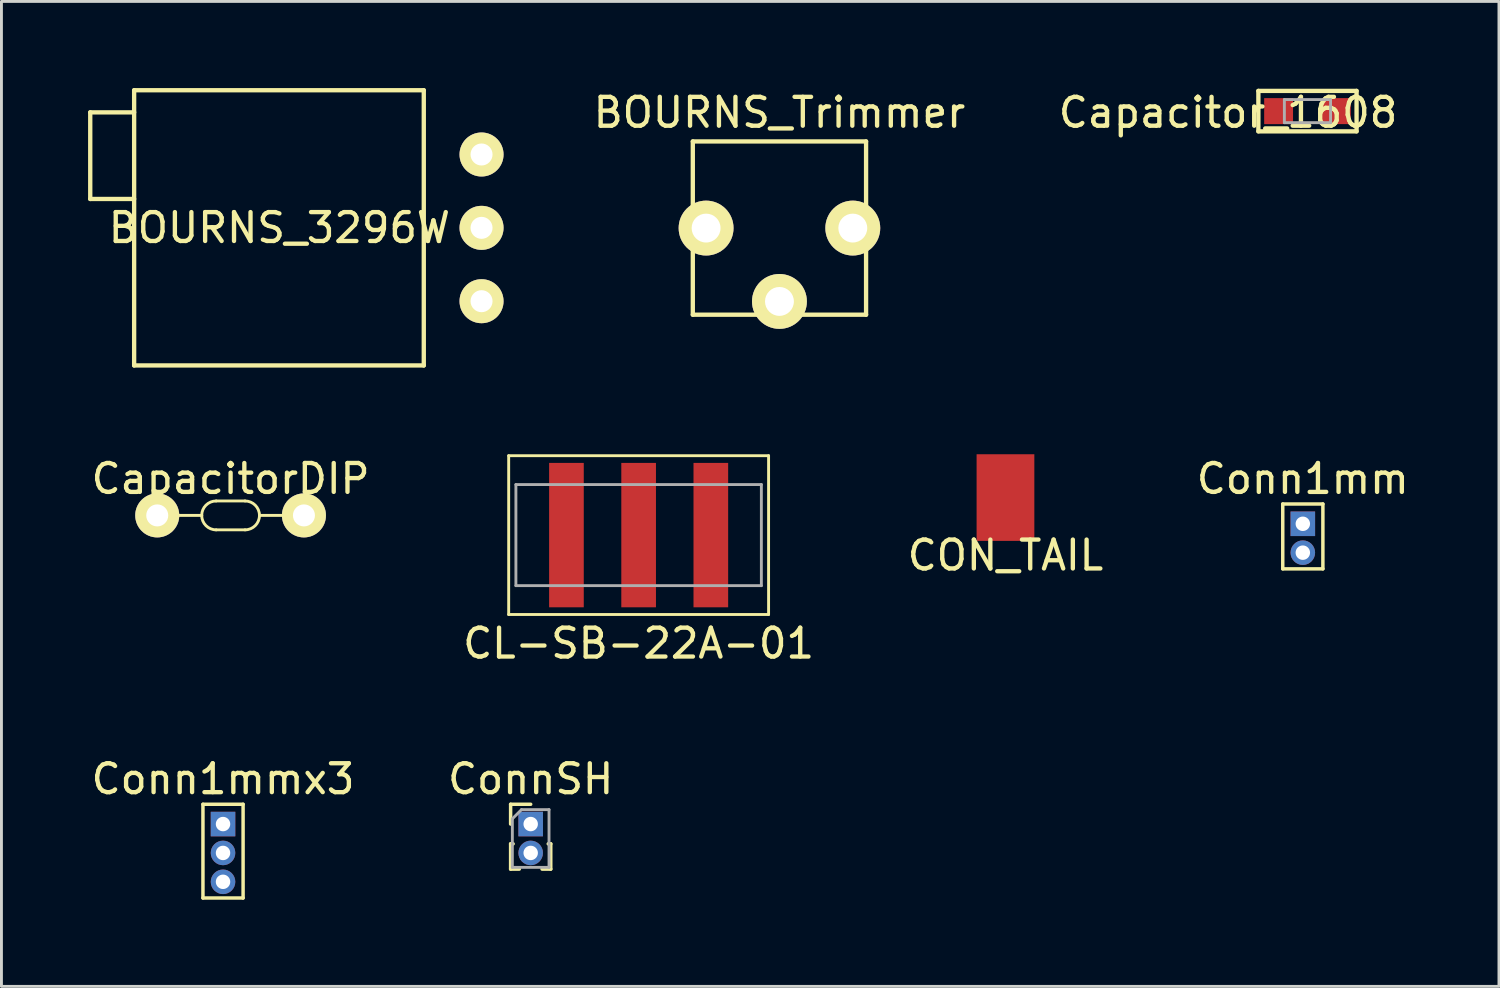
<source format=kicad_pcb>
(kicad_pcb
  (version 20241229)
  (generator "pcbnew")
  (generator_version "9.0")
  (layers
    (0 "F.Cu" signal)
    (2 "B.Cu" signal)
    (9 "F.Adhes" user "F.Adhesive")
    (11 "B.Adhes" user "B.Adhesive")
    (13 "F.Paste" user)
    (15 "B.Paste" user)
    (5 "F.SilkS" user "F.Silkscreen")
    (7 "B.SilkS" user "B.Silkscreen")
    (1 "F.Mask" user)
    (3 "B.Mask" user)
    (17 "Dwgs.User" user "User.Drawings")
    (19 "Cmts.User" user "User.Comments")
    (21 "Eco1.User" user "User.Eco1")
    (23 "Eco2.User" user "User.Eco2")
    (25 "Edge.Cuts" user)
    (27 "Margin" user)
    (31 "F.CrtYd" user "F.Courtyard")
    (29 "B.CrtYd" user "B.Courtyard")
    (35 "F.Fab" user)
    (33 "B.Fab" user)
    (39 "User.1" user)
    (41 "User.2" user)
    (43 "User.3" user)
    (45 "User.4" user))
  (footprint "Conn1mm"
    (layer "F.Cu")
    (at 42.065 15.088)
    (property "Reference" "Conn1mm" (at 0 -1.56 0) (layer "F.SilkS") (effects (font (size 1 1) (thickness 0.15))))
    (attr through_hole)
    (fp_line (start -0.695 -0.685) (end -0.695 1.56) (stroke (width 0.12) (type solid)) (layer "F.SilkS"))
    (fp_line (start -0.695 -0.685) (end 0.695 -0.685) (stroke (width 0.12) (type solid)) (layer "F.SilkS"))
    (fp_line (start -0.695 1.56) (end 0.695 1.56) (stroke (width 0.12) (type solid)) (layer "F.SilkS"))
    (fp_line (start 0.695 -0.685) (end 0.695 1.56) (stroke (width 0.12) (type solid)) (layer "F.SilkS"))
    (pad "1" thru_hole rect (at 0 0) (size 0.85 0.85) (drill 0.5) (layers "*.Cu" "*.Mask"))
    (pad "2" thru_hole oval (at 0 1) (size 0.85 0.85) (drill 0.5) (layers "*.Cu" "*.Mask")))
  (footprint "Conn1mmx3"
    (layer "F.Cu")
    (at 4.673 25.486)
    (property "Reference" "Conn1mmx3" (at 0 -1.56 0) (layer "F.SilkS") (effects (font (size 1 1) (thickness 0.15))))
    (attr through_hole)
    (fp_line (start -0.695 -0.685) (end -0.695 2.56) (stroke (width 0.12) (type solid)) (layer "F.SilkS"))
    (fp_line (start -0.695 -0.685) (end 0.695 -0.685) (stroke (width 0.12) (type solid)) (layer "F.SilkS"))
    (fp_line (start -0.695 2.56) (end 0.695 2.56) (stroke (width 0.12) (type solid)) (layer "F.SilkS"))
    (fp_line (start 0.695 -0.685) (end 0.695 2.56) (stroke (width 0.12) (type solid)) (layer "F.SilkS"))
    (pad "1" thru_hole rect (at 0 0) (size 0.85 0.85) (drill 0.5) (layers "*.Cu" "*.Mask"))
    (pad "2" thru_hole oval (at 0 1) (size 0.85 0.85) (drill 0.5) (layers "*.Cu" "*.Mask"))
    (pad "3" thru_hole oval (at 0 2) (size 0.85 0.85) (drill 0.5) (layers "*.Cu" "*.Mask")))
  (footprint "CON_TAIL"
    (layer "F.Cu")
    (at 31.768 14.18)
    (property "Reference" "CON_TAIL" (at 0 2 0) (layer "F.SilkS") (effects (font (size 1 1) (thickness 0.15))))
    (attr through_hole)
    (pad "1" smd rect (at 0 0) (size 2 3) (layers "F.Cu" "F.Mask" "F.Paste")))
  (footprint "BOURNS_3296W"
    (layer "F.Cu")
    (at 13.625 4.84)
    (property "Reference" "BOURNS_3296W" (at -7 0 0) (layer "F.SilkS") (effects (font (size 1 1) (thickness 0.15))))
    (attr through_hole)
    (fp_line (start -13.55 -4) (end -13.55 -1) (stroke (width 0.15) (type solid)) (layer "F.SilkS"))
    (fp_line (start -13.55 -1) (end -12.03 -1) (stroke (width 0.15) (type solid)) (layer "F.SilkS"))
    (fp_line (start -12.03 -4.765) (end -2 -4.765) (stroke (width 0.15) (type solid)) (layer "F.SilkS"))
    (fp_line (start -12.03 -4) (end -13.55 -4) (stroke (width 0.15) (type solid)) (layer "F.SilkS"))
    (fp_line (start -12.03 4.765) (end -12.03 -4.765) (stroke (width 0.15) (type solid)) (layer "F.SilkS"))
    (fp_line (start -2 -4.765) (end -2 4.765) (stroke (width 0.15) (type solid)) (layer "F.SilkS"))
    (fp_line (start -2 4.765) (end -12.03 4.765) (stroke (width 0.15) (type solid)) (layer "F.SilkS"))
    (pad "1" thru_hole circle (at 0 2.54) (size 1.524 1.524) (drill 0.762) (layers "*.Cu" "*.Mask" "F.SilkS"))
    (pad "2" thru_hole circle (at 0 0) (size 1.524 1.524) (drill 0.762) (layers "*.Cu" "*.Mask" "F.SilkS"))
    (pad "~" thru_hole circle (at 0 -2.54) (size 1.524 1.524) (drill 0.762) (layers "*.Cu" "*.Mask" "F.SilkS")))
  (footprint "CapacitorDIP"
    (layer "F.Cu")
    (at 4.935 14.798)
    (property "Reference" "CapacitorDIP" (at 0 -1.27 0) (layer "F.SilkS") (effects (font (size 1 1) (thickness 0.15))))
    (attr through_hole)
    (fp_line (start -1 0) (end -2 0) (stroke (width 0.1) (type solid)) (layer "F.SilkS"))
    (fp_line (start -0.5 -0.5) (end 0.5 -0.5) (stroke (width 0.1) (type solid)) (layer "F.SilkS"))
    (fp_line (start -0.5 0.5) (end 0.5 0.5) (stroke (width 0.1) (type solid)) (layer "F.SilkS"))
    (fp_line (start 1 0) (end 2 0) (stroke (width 0.1) (type solid)) (layer "F.SilkS"))
    (fp_arc (start -1 0) (mid -0.853553 -0.353553) (end -0.5 -0.5) (stroke (width 0.1) (type solid)) (layer "F.SilkS"))
    (fp_arc (start -0.5 0.5) (mid -0.853553 0.353553) (end -1 0) (stroke (width 0.1) (type solid)) (layer "F.SilkS"))
    (fp_arc (start 0.5 -0.5) (mid 0.853553 -0.353553) (end 1 0) (stroke (width 0.1) (type solid)) (layer "F.SilkS"))
    (fp_arc (start 1 0) (mid 0.853553 0.353553) (end 0.5 0.5) (stroke (width 0.1) (type solid)) (layer "F.SilkS"))
    (pad "1" thru_hole circle (at -2.54 0) (size 1.524 1.524) (drill 0.762) (layers "*.Cu" "*.Mask" "F.SilkS"))
    (pad "2" thru_hole circle (at 2.54 0) (size 1.524 1.524) (drill 0.762) (layers "*.Cu" "*.Mask" "F.SilkS")))
  (footprint "BOURNS_Trimmer"
    (layer "F.Cu")
    (at 23.941 4.848)
    (property "Reference" "BOURNS_Trimmer" (at 0 -4 0) (layer "F.SilkS") (effects (font (size 1 1) (thickness 0.15))))
    (attr through_hole)
    (fp_line (start -3 -3) (end 3 -3) (stroke (width 0.15) (type solid)) (layer "F.SilkS"))
    (fp_line (start -3 3) (end -3 -3) (stroke (width 0.15) (type solid)) (layer "F.SilkS"))
    (fp_line (start 3 -3) (end 3 3) (stroke (width 0.15) (type solid)) (layer "F.SilkS"))
    (fp_line (start 3 3) (end -3 3) (stroke (width 0.15) (type solid)) (layer "F.SilkS"))
    (pad "1" thru_hole circle (at -2.54 0) (size 1.9 1.9) (drill 1) (layers "*.Cu" "*.Mask" "F.SilkS"))
    (pad "2" thru_hole circle (at 0 2.54) (size 1.9 1.9) (drill 1) (layers "*.Cu" "*.Mask" "F.SilkS"))
    (pad "3" thru_hole circle (at 2.54 0) (size 1.9 1.9) (drill 1) (layers "*.Cu" "*.Mask" "F.SilkS")))
  (footprint "CL-SB-22A-01"
    (layer "F.Cu")
    (at 19.065 15.48)
    (property "Reference" "CL-SB-22A-01" (at 0 3.75 0) (layer "F.SilkS") (effects (font (size 1 1) (thickness 0.15))))
    (attr through_hole)
    (fp_line (start -4.5 -2.75) (end 4.5 -2.75) (stroke (width 0.1) (type solid)) (layer "F.SilkS"))
    (fp_line (start -4.5 2.75) (end -4.5 -2.75) (stroke (width 0.1) (type solid)) (layer "F.SilkS"))
    (fp_line (start 4.5 -2.75) (end 4.5 2.75) (stroke (width 0.1) (type solid)) (layer "F.SilkS"))
    (fp_line (start 4.5 2.75) (end -4.5 2.75) (stroke (width 0.1) (type solid)) (layer "F.SilkS"))
    (fp_line (start -4.25 -1.75) (end -4.25 1.75) (stroke (width 0.1) (type solid)) (layer "F.Fab"))
    (fp_line (start -4.25 1.75) (end 4.25 1.75) (stroke (width 0.1) (type solid)) (layer "F.Fab"))
    (fp_line (start 4.25 -1.75) (end -4.25 -1.75) (stroke (width 0.1) (type solid)) (layer "F.Fab"))
    (fp_line (start 4.25 -1.75) (end 4.25 1.75) (stroke (width 0.1) (type solid)) (layer "F.Fab"))
    (pad "1" smd rect (at -2.5 0) (size 1.2 5) (layers "F.Cu" "F.Mask" "F.Paste"))
    (pad "2" smd rect (at 0 0) (size 1.2 5) (layers "F.Cu" "F.Mask" "F.Paste"))
    (pad "3" smd rect (at 2.5 0) (size 1.2 5) (layers "F.Cu" "F.Mask" "F.Paste")))
  (footprint "ConnSH"
    (layer "F.Cu")
    (at 15.327 25.486)
    (property "Reference" "ConnSH" (at 0 -1.56 0) (layer "F.SilkS") (effects (font (size 1 1) (thickness 0.15))))
    (attr through_hole)
    (fp_line (start -0.695 -0.685) (end 0 -0.685) (stroke (width 0.12) (type solid)) (layer "F.SilkS"))
    (fp_line (start -0.695 0) (end -0.695 -0.685) (stroke (width 0.12) (type solid)) (layer "F.SilkS"))
    (fp_line (start -0.695 0.685) (end -0.695 1.56) (stroke (width 0.12) (type solid)) (layer "F.SilkS"))
    (fp_line (start -0.695 0.685) (end -0.608 0.685) (stroke (width 0.12) (type solid)) (layer "F.SilkS"))
    (fp_line (start -0.695 1.56) (end -0.394 1.56) (stroke (width 0.12) (type solid)) (layer "F.SilkS"))
    (fp_line (start 0.394 1.56) (end 0.695 1.56) (stroke (width 0.12) (type solid)) (layer "F.SilkS"))
    (fp_line (start 0.608 0.685) (end 0.695 0.685) (stroke (width 0.12) (type solid)) (layer "F.SilkS"))
    (fp_line (start 0.695 0.685) (end 0.695 1.56) (stroke (width 0.12) (type solid)) (layer "F.SilkS"))
    (fp_line (start -0.635 -0.182) (end -0.318 -0.5) (stroke (width 0.1) (type solid)) (layer "F.Fab"))
    (fp_line (start -0.635 1.5) (end -0.635 -0.182) (stroke (width 0.1) (type solid)) (layer "F.Fab"))
    (fp_line (start -0.318 -0.5) (end 0.635 -0.5) (stroke (width 0.1) (type solid)) (layer "F.Fab"))
    (fp_line (start 0.635 -0.5) (end 0.635 1.5) (stroke (width 0.1) (type solid)) (layer "F.Fab"))
    (fp_line (start 0.635 1.5) (end -0.635 1.5) (stroke (width 0.1) (type solid)) (layer "F.Fab"))
    (pad "1" thru_hole rect (at 0 0) (size 0.85 0.85) (drill 0.5) (layers "*.Cu" "*.Mask"))
    (pad "2" thru_hole oval (at 0 1) (size 0.85 0.85) (drill 0.5) (layers "*.Cu" "*.Mask")))
  (footprint "Capacitor_1608"
    (layer "F.Cu")
    (at 42.226 0.798)
    (property "Reference" "Capacitor_1608" (at -2.75 0.05 180) (layer "F.SilkS") (effects (font (size 1 1) (thickness 0.15))))
    (attr smd)
    (fp_line (start -1.7 -0.7) (end 1.7 -0.7) (stroke (width 0.15) (type solid)) (layer "F.SilkS"))
    (fp_line (start -1.7 0.7) (end -1.7 -0.7) (stroke (width 0.15) (type solid)) (layer "F.SilkS"))
    (fp_line (start 1.7 -0.7) (end 1.7 0.7) (stroke (width 0.15) (type solid)) (layer "F.SilkS"))
    (fp_line (start 1.7 0.7) (end -1.7 0.7) (stroke (width 0.15) (type solid)) (layer "F.SilkS"))
    (fp_line (start -0.8 -0.4) (end 0.8 -0.4) (stroke (width 0.1) (type solid)) (layer "F.Fab"))
    (fp_line (start -0.8 0.4) (end -0.8 -0.4) (stroke (width 0.1) (type solid)) (layer "F.Fab"))
    (fp_line (start 0.8 -0.4) (end 0.8 0.4) (stroke (width 0.1) (type solid)) (layer "F.Fab"))
    (fp_line (start 0.8 0.4) (end -0.8 0.4) (stroke (width 0.1) (type solid)) (layer "F.Fab"))
    (pad "1" smd rect (at -1 0) (size 1 0.9) (layers "F.Cu" "F.Mask" "F.Paste"))
    (pad "2" smd rect (at 1 0) (size 1 0.9) (layers "F.Cu" "F.Mask" "F.Paste")))
  (gr_rect
    (start -3 -3)
    (end 48.857 31.107)
    (stroke (width 0.1) (type default))
    (fill no)
    (layer "Edge.Cuts")))
</source>
